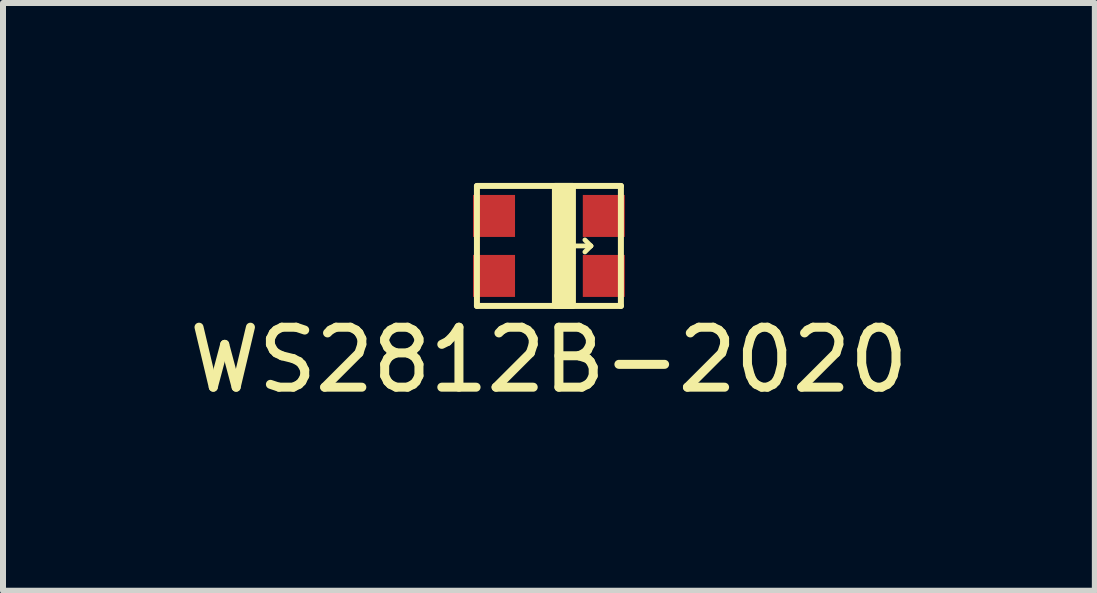
<source format=kicad_pcb>
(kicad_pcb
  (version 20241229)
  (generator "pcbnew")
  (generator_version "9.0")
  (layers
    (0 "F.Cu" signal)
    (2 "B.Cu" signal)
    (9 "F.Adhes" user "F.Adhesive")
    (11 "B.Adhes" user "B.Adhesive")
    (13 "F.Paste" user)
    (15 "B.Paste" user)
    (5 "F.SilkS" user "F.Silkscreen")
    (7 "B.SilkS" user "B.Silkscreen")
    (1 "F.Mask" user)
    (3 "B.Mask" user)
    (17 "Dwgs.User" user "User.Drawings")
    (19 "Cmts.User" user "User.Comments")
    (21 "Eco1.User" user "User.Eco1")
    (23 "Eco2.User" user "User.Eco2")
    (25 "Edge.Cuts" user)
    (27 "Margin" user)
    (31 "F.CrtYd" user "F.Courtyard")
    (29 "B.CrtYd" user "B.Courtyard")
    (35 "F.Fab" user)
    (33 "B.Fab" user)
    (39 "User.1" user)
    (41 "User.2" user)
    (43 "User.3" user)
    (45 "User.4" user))
  (footprint "WS2812B-2020"
    (layer "F.Cu")
    (at 6.101 1.05)
    (property "Reference" "WS2812B-2020" (at 0 1.9 0) (layer "F.SilkS") (effects (font (size 1 1) (thickness 0.15))))
    (attr through_hole)
    (fp_line (start -1.2 -1) (end 1.2 -1) (stroke (width 0.1) (type solid)) (layer "F.SilkS"))
    (fp_line (start -1.2 1) (end -1.2 -1) (stroke (width 0.1) (type solid)) (layer "F.SilkS"))
    (fp_line (start 0.3 0) (end 0.7 0) (stroke (width 0.08) (type solid)) (layer "F.SilkS"))
    (fp_line (start 0.7 0) (end 0.6 -0.1) (stroke (width 0.08) (type solid)) (layer "F.SilkS"))
    (fp_line (start 0.7 0) (end 0.6 0.1) (stroke (width 0.08) (type solid)) (layer "F.SilkS"))
    (fp_line (start 1.2 -1) (end 1.2 1) (stroke (width 0.1) (type solid)) (layer "F.SilkS"))
    (fp_line (start 1.2 1) (end -1.2 1) (stroke (width 0.1) (type solid)) (layer "F.SilkS"))
    (fp_poly (pts (xy 0.1 -1) (xy 0.1 1) (xy 0.4 1) (xy 0.4 -1)) (stroke (width 0.1) (type solid)) (fill yes) (layer "F.SilkS"))
    (pad "1" smd rect (at 0.915 0.5) (size 0.7 0.7) (layers "F.Cu" "F.Mask" "F.Paste"))
    (pad "2" smd rect (at 0.915 -0.5) (size 0.7 0.7) (layers "F.Cu" "F.Mask" "F.Paste"))
    (pad "3" smd rect (at -0.915 -0.5) (size 0.7 0.7) (layers "F.Cu" "F.Mask" "F.Paste"))
    (pad "4" smd rect (at -0.915 0.5) (size 0.7 0.7) (layers "F.Cu" "F.Mask" "F.Paste")))
  (gr_rect
    (start -3 -3)
    (end 15.202 6.798)
    (stroke (width 0.1) (type default))
    (fill no)
    (layer "Edge.Cuts")))
</source>
